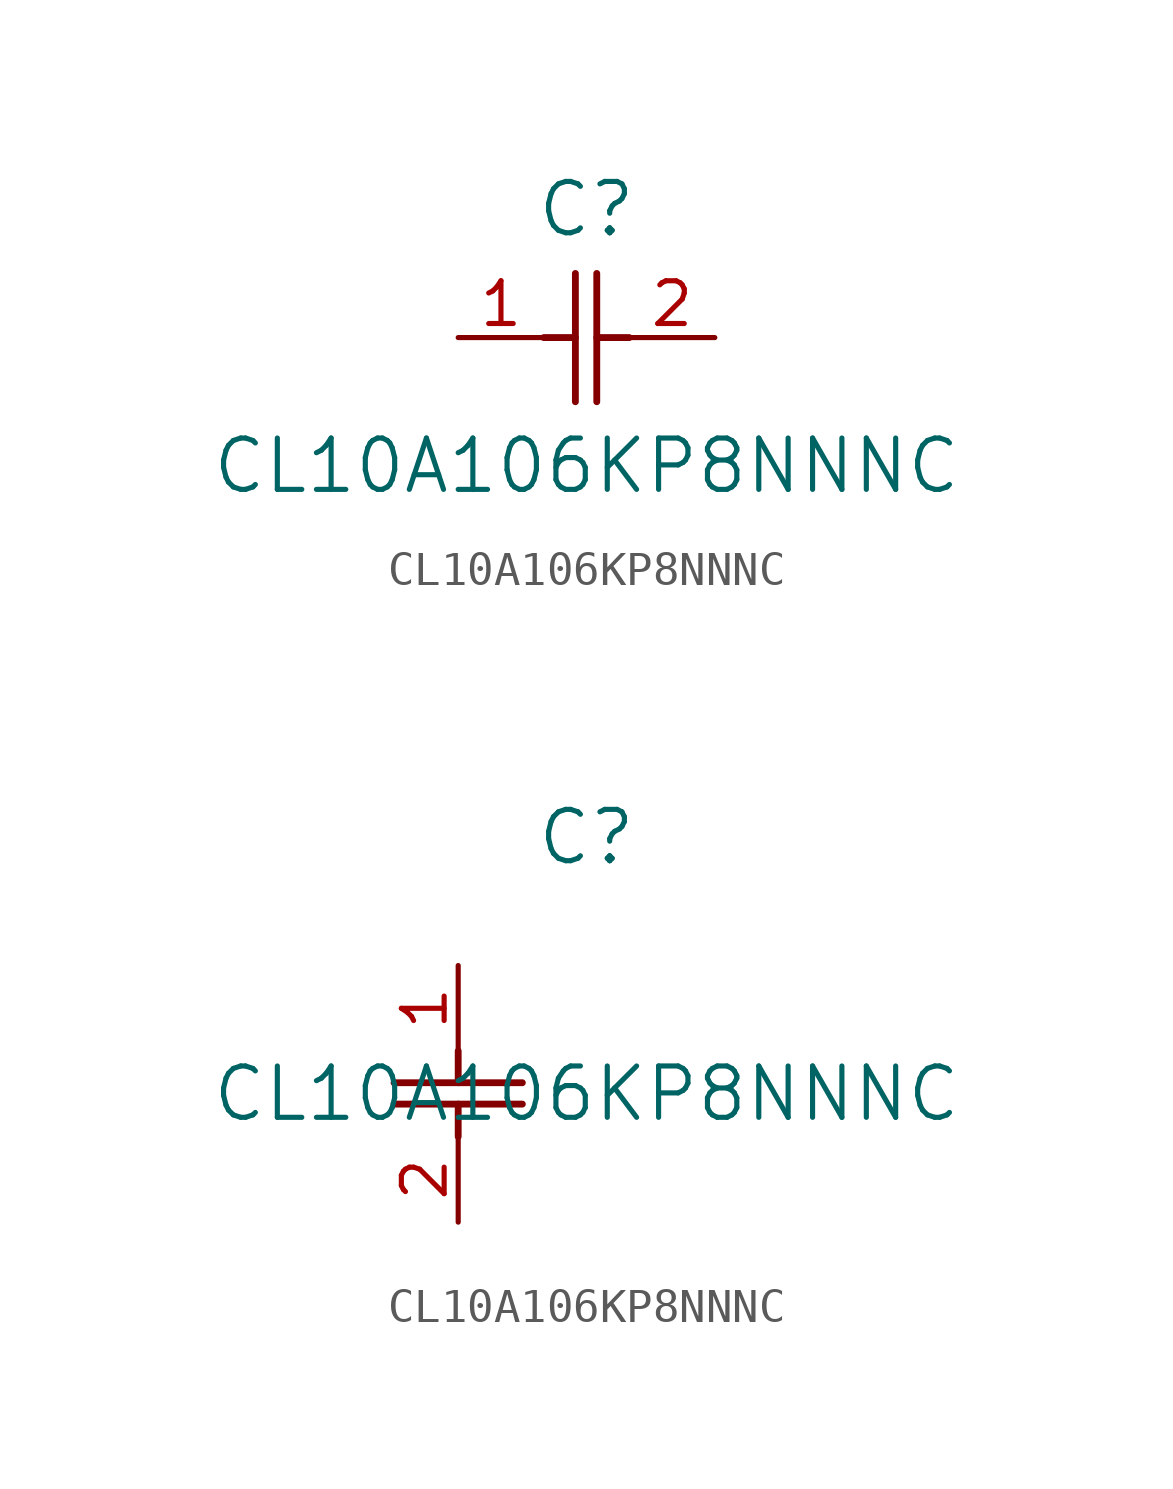
<source format=kicad_sym>
(kicad_symbol_lib
  (version 20211014)
  (generator kicad_symbol_editor)
  (symbol "CL10A106KP8NNNC"
    (pin_names
      (offset 0.254))
    (property "Reference" "C"
      (at 3.81 3.81 0)
      (effects (font (size 1.524 1.524))))
    (property "Value" "CL10A106KP8NNNC"
      (at 3.81 -3.81 0)
      (effects (font (size 1.524 1.524))))
    (symbol "CL10A106KP8NNNC_1_1"
      (polyline (pts (xy 3.48 -1.905) (xy 3.48 1.905)) (stroke (width 0.203) (type default) (color 0 0 0 0)) (fill (type none)))
      (polyline (pts (xy 4.115 -1.905) (xy 4.115 1.905)) (stroke (width 0.203) (type default) (color 0 0 0 0)) (fill (type none)))
      (polyline (pts (xy 4.115 0) (xy 5.08 0)) (stroke (width 0.203) (type default) (color 0 0 0 0)) (fill (type none)))
      (polyline (pts (xy 2.54 0) (xy 3.48 0)) (stroke (width 0.203) (type default) (color 0 0 0 0)) (fill (type none)))
      (pin unspecified line (at 0 0 0) (length 2.54) (name "" (effects (font (size 1.27 1.27)))) (number "1" (effects (font (size 1.27 1.27)))))
      (pin unspecified line (at 7.62 0 180) (length 2.54) (name "" (effects (font (size 1.27 1.27)))) (number "2" (effects (font (size 1.27 1.27))))))
    (symbol "CL10A106KP8NNNC_1_2"
      (polyline (pts (xy -1.905 -3.48) (xy 1.905 -3.48)) (stroke (width 0.203) (type default) (color 0 0 0 0)) (fill (type none)))
      (polyline (pts (xy -1.905 -4.115) (xy 1.905 -4.115)) (stroke (width 0.203) (type default) (color 0 0 0 0)) (fill (type none)))
      (polyline (pts (xy 0 -4.115) (xy 0 -5.08)) (stroke (width 0.203) (type default) (color 0 0 0 0)) (fill (type none)))
      (polyline (pts (xy 0 -2.54) (xy 0 -3.48)) (stroke (width 0.203) (type default) (color 0 0 0 0)) (fill (type none)))
      (pin unspecified line (at 0 0 270) (length 2.54) (name "" (effects (font (size 1.27 1.27)))) (number "1" (effects (font (size 1.27 1.27)))))
      (pin unspecified line (at 0 -7.62 90) (length 2.54) (name "" (effects (font (size 1.27 1.27)))) (number "2" (effects (font (size 1.27 1.27))))))))
</source>
